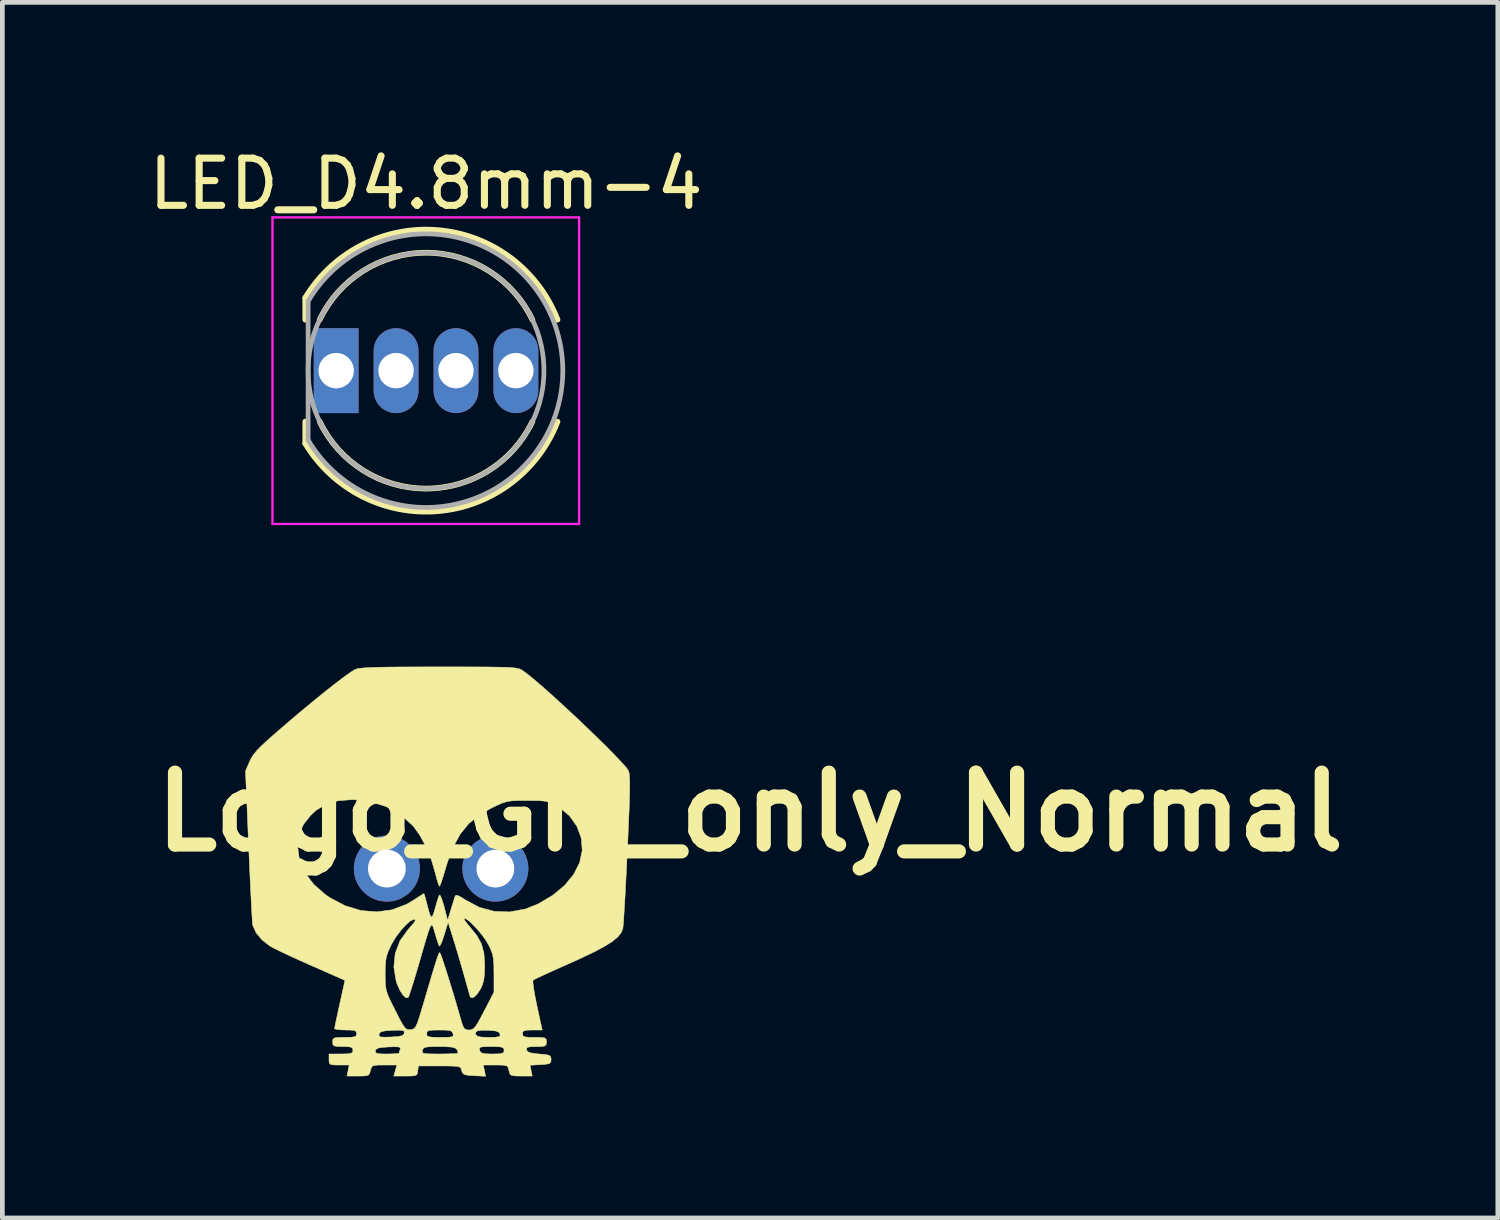
<source format=kicad_pcb>
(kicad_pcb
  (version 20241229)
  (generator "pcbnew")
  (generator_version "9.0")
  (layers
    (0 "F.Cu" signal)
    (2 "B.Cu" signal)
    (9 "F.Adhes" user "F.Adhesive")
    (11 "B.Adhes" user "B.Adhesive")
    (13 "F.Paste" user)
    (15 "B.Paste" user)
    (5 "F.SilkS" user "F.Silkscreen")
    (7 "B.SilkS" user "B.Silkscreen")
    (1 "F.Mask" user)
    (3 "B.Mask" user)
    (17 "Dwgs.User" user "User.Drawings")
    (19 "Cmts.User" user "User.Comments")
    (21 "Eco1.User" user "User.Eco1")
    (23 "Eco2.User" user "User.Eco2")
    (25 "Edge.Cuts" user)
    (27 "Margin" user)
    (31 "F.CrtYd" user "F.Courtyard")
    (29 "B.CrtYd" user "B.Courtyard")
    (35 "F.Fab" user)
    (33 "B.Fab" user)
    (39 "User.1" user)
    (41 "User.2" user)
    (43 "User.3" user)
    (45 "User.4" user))
  (footprint "Logo_GIT_only_Normal"
    (layer "F.Cu")
    (at 6.252 15.765)
    (property "Reference" "Logo_GIT_only_Normal" (at 6.6 -1.6 0) (layer "F.SilkS") (effects (font (size 1.524 1.524) (thickness 0.3))))
    (attr exclude_from_pos_files exclude_from_bom)
    (fp_poly (pts (xy 0.404 -4.677) (xy 0.737 -4.676) (xy 1.008 -4.675) (xy 1.222 -4.672) (xy 1.388 -4.669) (xy 1.513 -4.663) (xy 1.605 -4.655) (xy 1.67 -4.645) (xy 1.717 -4.632) (xy 1.752 -4.615) (xy 1.783 -4.596) (xy 1.789 -4.591) (xy 1.907 -4.502) (xy 2.064 -4.373) (xy 2.251 -4.211) (xy 2.46 -4.024) (xy 2.683 -3.819) (xy 2.913 -3.605) (xy 3.141 -3.389) (xy 3.359 -3.178) (xy 3.559 -2.981) (xy 3.733 -2.804) (xy 3.874 -2.655) (xy 3.973 -2.543) (xy 4.022 -2.474) (xy 4.023 -2.47) (xy 4.035 -2.425) (xy 4.043 -2.353) (xy 4.047 -2.247) (xy 4.048 -2.101) (xy 4.044 -1.907) (xy 4.036 -1.658) (xy 4.023 -1.349) (xy 4.007 -0.971) (xy 3.998 -0.788) (xy 3.982 -0.443) (xy 3.965 -0.119) (xy 3.95 0.174) (xy 3.935 0.427) (xy 3.923 0.632) (xy 3.912 0.78) (xy 3.904 0.861) (xy 3.903 0.871) (xy 3.865 0.962) (xy 3.791 1.053) (xy 3.674 1.149) (xy 3.506 1.253) (xy 3.282 1.372) (xy 2.995 1.508) (xy 2.799 1.597) (xy 2.571 1.698) (xy 2.366 1.79) (xy 2.197 1.868) (xy 2.074 1.926) (xy 2.007 1.96) (xy 1.999 1.965) (xy 1.996 2.011) (xy 2.008 2.118) (xy 2.034 2.272) (xy 2.071 2.458) (xy 2.081 2.507) (xy 2.193 3.022) (xy 1.984 3.022) (xy 1.862 3.025) (xy 1.8 3.041) (xy 1.777 3.075) (xy 1.776 3.1) (xy 1.784 3.142) (xy 1.819 3.166) (xy 1.899 3.176) (xy 2.03 3.178) (xy 2.166 3.18) (xy 2.242 3.189) (xy 2.276 3.214) (xy 2.284 3.26) (xy 2.284 3.276) (xy 2.278 3.331) (xy 2.249 3.36) (xy 2.177 3.372) (xy 2.066 3.373) (xy 1.941 3.377) (xy 1.878 3.39) (xy 1.859 3.42) (xy 1.861 3.442) (xy 1.885 3.481) (xy 1.949 3.507) (xy 2.07 3.525) (xy 2.128 3.53) (xy 2.264 3.542) (xy 2.34 3.559) (xy 2.373 3.588) (xy 2.381 3.637) (xy 2.381 3.647) (xy 2.375 3.702) (xy 2.345 3.733) (xy 2.271 3.748) (xy 2.158 3.756) (xy 1.935 3.768) (xy 1.958 3.883) (xy 1.981 3.998) (xy 1.746 3.998) (xy 1.616 3.996) (xy 1.544 3.984) (xy 1.509 3.953) (xy 1.491 3.893) (xy 1.488 3.881) (xy 1.473 3.819) (xy 1.444 3.784) (xy 1.384 3.768) (xy 1.272 3.764) (xy 1.205 3.764) (xy 0.945 3.764) (xy 0.969 3.883) (xy 0.993 4.002) (xy 0.751 3.991) (xy 0.617 3.981) (xy 0.541 3.964) (xy 0.503 3.932) (xy 0.486 3.881) (xy 0.474 3.839) (xy 0.451 3.811) (xy 0.404 3.795) (xy 0.318 3.787) (xy 0.18 3.784) (xy 0.015 3.784) (xy -0.432 3.784) (xy -0.445 3.891) (xy -0.455 3.949) (xy -0.483 3.981) (xy -0.547 3.995) (xy -0.665 3.998) (xy -0.706 3.998) (xy -0.954 3.998) (xy -0.921 3.881) (xy -0.887 3.764) (xy -1.155 3.764) (xy -1.296 3.765) (xy -1.378 3.775) (xy -1.42 3.799) (xy -1.44 3.847) (xy -1.448 3.881) (xy -1.466 3.946) (xy -1.498 3.981) (xy -1.565 3.995) (xy -1.686 3.998) (xy -1.71 3.998) (xy -1.946 3.998) (xy -1.923 3.881) (xy -1.899 3.764) (xy -2.113 3.764) (xy -2.236 3.762) (xy -2.3 3.749) (xy -2.324 3.714) (xy -2.327 3.648) (xy -2.327 3.53) (xy -2.073 3.53) (xy -1.936 3.527) (xy -1.859 3.516) (xy -1.826 3.492) (xy -1.821 3.461) (xy -1.343 3.461) (xy -1.341 3.498) (xy -1.305 3.519) (xy -1.22 3.528) (xy -1.099 3.53) (xy -0.969 3.527) (xy -0.877 3.521) (xy -0.842 3.513) (xy -0.836 3.487) (xy -0.351 3.487) (xy -0.334 3.51) (xy -0.281 3.523) (xy -0.18 3.528) (xy -0.016 3.53) (xy 0.021 3.53) (xy 0.184 3.528) (xy 0.313 3.524) (xy 0.392 3.518) (xy 0.408 3.513) (xy 0.397 3.449) (xy 0.389 3.44) (xy 0.863 3.44) (xy 0.866 3.451) (xy 0.887 3.494) (xy 0.935 3.518) (xy 1.028 3.528) (xy 1.135 3.53) (xy 1.271 3.527) (xy 1.347 3.516) (xy 1.379 3.49) (xy 1.385 3.451) (xy 1.377 3.41) (xy 1.344 3.387) (xy 1.267 3.376) (xy 1.131 3.373) (xy 1.115 3.373) (xy 0.974 3.375) (xy 0.895 3.383) (xy 0.863 3.404) (xy 0.863 3.44) (xy 0.389 3.44) (xy 0.356 3.407) (xy 0.271 3.384) (xy 0.129 3.374) (xy 0.018 3.373) (xy -0.148 3.375) (xy -0.252 3.382) (xy -0.31 3.398) (xy -0.337 3.427) (xy -0.346 3.451) (xy -0.351 3.487) (xy -0.836 3.487) (xy -0.83 3.467) (xy -0.818 3.433) (xy -0.814 3.4) (xy -0.845 3.382) (xy -0.925 3.377) (xy -1.062 3.381) (xy -1.209 3.391) (xy -1.294 3.408) (xy -1.334 3.437) (xy -1.343 3.461) (xy -1.821 3.461) (xy -1.819 3.451) (xy -1.829 3.406) (xy -1.869 3.383) (xy -1.959 3.374) (xy -2.034 3.373) (xy -2.157 3.371) (xy -2.221 3.357) (xy -2.246 3.324) (xy -2.249 3.276) (xy -2.245 3.223) (xy -2.22 3.194) (xy -2.156 3.181) (xy -2.037 3.178) (xy -1.995 3.178) (xy -1.858 3.175) (xy -1.781 3.165) (xy -1.748 3.14) (xy -1.743 3.111) (xy -1.265 3.111) (xy -1.265 3.148) (xy -1.234 3.168) (xy -1.158 3.174) (xy -1.02 3.17) (xy -1.012 3.17) (xy -0.866 3.16) (xy -0.782 3.143) (xy -0.742 3.114) (xy -0.737 3.1) (xy -0.256 3.1) (xy -0.249 3.14) (xy -0.217 3.163) (xy -0.144 3.174) (xy -0.014 3.178) (xy 0.033 3.178) (xy 0.181 3.176) (xy 0.265 3.169) (xy 0.302 3.151) (xy 0.306 3.118) (xy 0.302 3.1) (xy 0.291 3.077) (xy 0.778 3.077) (xy 0.784 3.118) (xy 0.819 3.153) (xy 0.9 3.172) (xy 1.042 3.178) (xy 1.06 3.178) (xy 1.197 3.175) (xy 1.271 3.164) (xy 1.3 3.141) (xy 1.299 3.109) (xy 1.273 3.067) (xy 1.202 3.042) (xy 1.077 3.029) (xy 0.912 3.026) (xy 0.815 3.041) (xy 0.778 3.077) (xy 0.291 3.077) (xy 0.282 3.058) (xy 0.237 3.034) (xy 0.149 3.024) (xy 0.013 3.022) (xy -0.13 3.024) (xy -0.211 3.034) (xy -0.247 3.056) (xy -0.256 3.096) (xy -0.256 3.1) (xy -0.737 3.1) (xy -0.732 3.088) (xy -0.733 3.051) (xy -0.764 3.032) (xy -0.84 3.025) (xy -0.977 3.029) (xy -0.985 3.029) (xy -1.131 3.039) (xy -1.216 3.056) (xy -1.256 3.085) (xy -1.265 3.111) (xy -1.743 3.111) (xy -1.741 3.1) (xy -1.75 3.056) (xy -1.787 3.032) (xy -1.872 3.023) (xy -1.976 3.022) (xy -2.099 3.017) (xy -2.184 3.006) (xy -2.209 2.992) (xy -2.201 2.945) (xy -2.179 2.837) (xy -2.146 2.683) (xy -2.106 2.499) (xy -2.099 2.466) (xy -1.989 1.969) (xy -2.301 1.831) (xy -1.136 1.831) (xy -1.134 1.983) (xy -1.127 2.098) (xy -1.108 2.197) (xy -1.07 2.302) (xy -1.009 2.435) (xy -0.923 2.606) (xy -0.833 2.783) (xy -0.768 2.901) (xy -0.719 2.972) (xy -0.677 3.006) (xy -0.634 3.016) (xy -0.597 3.014) (xy -0.553 3.006) (xy -0.517 2.987) (xy -0.486 2.945) (xy -0.452 2.869) (xy -0.41 2.746) (xy -0.356 2.566) (xy -0.317 2.435) (xy -0.225 2.123) (xy -0.152 1.877) (xy -0.096 1.691) (xy -0.054 1.557) (xy -0.024 1.467) (xy -0.002 1.412) (xy 0.012 1.386) (xy 0.021 1.38) (xy 0.04 1.416) (xy 0.076 1.516) (xy 0.127 1.669) (xy 0.189 1.864) (xy 0.259 2.091) (xy 0.334 2.337) (xy 0.409 2.593) (xy 0.467 2.797) (xy 0.506 2.923) (xy 0.541 2.99) (xy 0.586 3.017) (xy 0.643 3.022) (xy 0.694 3.016) (xy 0.739 2.991) (xy 0.787 2.936) (xy 0.847 2.838) (xy 0.929 2.685) (xy 0.962 2.621) (xy 1.17 2.22) (xy 1.17 1.83) (xy 1.168 1.642) (xy 1.158 1.509) (xy 1.137 1.404) (xy 1.099 1.304) (xy 1.054 1.211) (xy 0.988 1.102) (xy 0.898 0.982) (xy 0.796 0.862) (xy 0.695 0.759) (xy 0.608 0.684) (xy 0.549 0.652) (xy 0.534 0.655) (xy 0.547 0.692) (xy 0.601 0.767) (xy 0.655 0.83) (xy 0.809 1.021) (xy 0.906 1.199) (xy 0.957 1.392) (xy 0.974 1.629) (xy 0.974 1.654) (xy 0.969 1.84) (xy 0.952 1.975) (xy 0.919 2.082) (xy 0.888 2.147) (xy 0.814 2.261) (xy 0.744 2.327) (xy 0.688 2.339) (xy 0.663 2.308) (xy 0.647 2.251) (xy 0.615 2.138) (xy 0.572 1.988) (xy 0.545 1.888) (xy 0.484 1.675) (xy 0.412 1.43) (xy 0.342 1.196) (xy 0.32 1.126) (xy 0.198 0.736) (xy 0.115 1.008) (xy 0.073 1.134) (xy 0.036 1.218) (xy 0.012 1.244) (xy 0.01 1.242) (xy -0.012 1.187) (xy -0.047 1.081) (xy -0.08 0.97) (xy -0.104 0.886) (xy -0.124 0.826) (xy -0.142 0.797) (xy -0.163 0.805) (xy -0.19 0.855) (xy -0.226 0.955) (xy -0.274 1.111) (xy -0.338 1.33) (xy -0.42 1.615) (xy -0.485 1.835) (xy -0.544 2.03) (xy -0.594 2.186) (xy -0.63 2.291) (xy -0.648 2.332) (xy -0.696 2.338) (xy -0.757 2.283) (xy -0.823 2.182) (xy -0.882 2.049) (xy -0.904 1.981) (xy -0.952 1.685) (xy -0.924 1.399) (xy -0.821 1.129) (xy -0.647 0.887) (xy -0.55 0.778) (xy -0.502 0.715) (xy -0.498 0.684) (xy -0.53 0.677) (xy -0.601 0.708) (xy -0.697 0.791) (xy -0.804 0.91) (xy -0.908 1.049) (xy -0.995 1.192) (xy -1.008 1.218) (xy -1.071 1.352) (xy -1.109 1.464) (xy -1.128 1.581) (xy -1.135 1.732) (xy -1.136 1.831) (xy -2.301 1.831) (xy -2.715 1.649) (xy -2.946 1.546) (xy -3.161 1.448) (xy -3.347 1.36) (xy -3.489 1.291) (xy -3.576 1.245) (xy -3.581 1.241) (xy -3.748 1.11) (xy -3.873 0.959) (xy -3.941 0.807) (xy -3.946 0.783) (xy -3.952 0.717) (xy -3.961 0.582) (xy -3.971 0.388) (xy -3.984 0.142) (xy -3.998 -0.144) (xy -4.012 -0.463) (xy -4.027 -0.805) (xy -4.029 -0.858) (xy -2.991 -0.858) (xy -2.953 -0.581) (xy -2.84 -0.316) (xy -2.656 -0.071) (xy -2.406 0.15) (xy -2.311 0.215) (xy -1.983 0.388) (xy -1.648 0.489) (xy -1.315 0.517) (xy -0.99 0.473) (xy -0.681 0.356) (xy -0.529 0.266) (xy -0.422 0.195) (xy -0.344 0.146) (xy -0.315 0.13) (xy -0.301 0.165) (xy -0.275 0.257) (xy -0.241 0.387) (xy -0.236 0.408) (xy -0.197 0.551) (xy -0.166 0.621) (xy -0.137 0.616) (xy -0.104 0.536) (xy -0.061 0.384) (xy -0.027 0.267) (xy 0.003 0.182) (xy 0.015 0.159) (xy 0.037 0.179) (xy 0.069 0.259) (xy 0.107 0.383) (xy 0.115 0.413) (xy 0.189 0.696) (xy 0.26 0.462) (xy 0.3 0.33) (xy 0.333 0.226) (xy 0.349 0.178) (xy 0.385 0.164) (xy 0.467 0.201) (xy 0.568 0.266) (xy 0.862 0.422) (xy 1.177 0.506) (xy 1.505 0.518) (xy 1.836 0.456) (xy 2.103 0.351) (xy 2.415 0.167) (xy 2.669 -0.044) (xy 2.86 -0.277) (xy 2.986 -0.526) (xy 3.041 -0.784) (xy 3.023 -1.042) (xy 2.929 -1.296) (xy 2.771 -1.52) (xy 2.559 -1.697) (xy 2.517 -1.722) (xy 2.418 -1.776) (xy 2.334 -1.811) (xy 2.243 -1.831) (xy 2.125 -1.841) (xy 1.958 -1.843) (xy 1.87 -1.844) (xy 1.68 -1.843) (xy 1.543 -1.836) (xy 1.436 -1.819) (xy 1.335 -1.786) (xy 1.214 -1.732) (xy 1.102 -1.677) (xy 0.844 -1.527) (xy 0.631 -1.349) (xy 0.456 -1.133) (xy 0.311 -0.868) (xy 0.186 -0.542) (xy 0.128 -0.349) (xy 0.084 -0.203) (xy 0.047 -0.092) (xy 0.021 -0.032) (xy 0.015 -0.026) (xy -0.004 -0.062) (xy -0.034 -0.154) (xy -0.069 -0.287) (xy -0.076 -0.316) (xy -0.157 -0.589) (xy -0.268 -0.858) (xy -0.397 -1.1) (xy -0.533 -1.292) (xy -0.548 -1.309) (xy -0.81 -1.543) (xy -1.116 -1.716) (xy -1.455 -1.824) (xy -1.815 -1.863) (xy -1.824 -1.863) (xy -2.131 -1.84) (xy -2.385 -1.766) (xy -2.597 -1.639) (xy -2.717 -1.527) (xy -2.864 -1.343) (xy -2.951 -1.164) (xy -2.988 -0.965) (xy -2.991 -0.858) (xy -4.029 -0.858) (xy -4.031 -0.906) (xy -4.097 -2.469) (xy -4.009 -2.673) (xy -3.972 -2.749) (xy -3.922 -2.824) (xy -3.853 -2.907) (xy -3.754 -3.007) (xy -3.618 -3.133) (xy -3.435 -3.294) (xy -3.29 -3.419) (xy -2.992 -3.674) (xy -2.708 -3.91) (xy -2.448 -4.122) (xy -2.217 -4.305) (xy -2.023 -4.453) (xy -1.873 -4.56) (xy -1.779 -4.619) (xy -1.74 -4.633) (xy -1.681 -4.645) (xy -1.593 -4.655) (xy -1.471 -4.662) (xy -1.307 -4.668) (xy -1.094 -4.672) (xy -0.825 -4.675) (xy -0.494 -4.676) (xy -0.092 -4.677) (xy -0.001 -4.677) (xy 0.404 -4.677)) (stroke (width 0.01) (type solid)) (fill yes) (layer "F.SilkS"))
    (pad "" thru_hole circle (at -1.1 -0.4) (size 1.4 1.4) (drill 0.8) (layers "*.Cu" "F.Mask"))
    (pad "" thru_hole circle (at 1.2 -0.4) (size 1.4 1.4) (drill 0.8) (layers "*.Cu" "F.Mask")))
  (footprint "LED_D4.8mm-4"
    (layer "F.Cu")
    (at 4.077 4.808)
    (property "Reference" "LED_D4.8mm-4" (at 1.905 -3.96 0) (layer "F.SilkS") (effects (font (size 1 1) (thickness 0.15))))
    (attr through_hole)
    (fp_line (start -0.655 -1.545) (end -0.655 -1.08) (stroke (width 0.12) (type solid)) (layer "F.SilkS"))
    (fp_line (start -0.655 1.08) (end -0.655 1.545) (stroke (width 0.12) (type solid)) (layer "F.SilkS"))
    (fp_arc (start -0.655 -1.54483) (mid 2.163456 -2.978809) (end 4.692815 -1.080827) (stroke (width 0.12) (type solid)) (layer "F.SilkS"))
    (fp_arc (start -0.349684 -1.08) (mid 1.904762 -2.5) (end 4.159479 -1.080429) (stroke (width 0.12) (type solid)) (layer "F.SilkS"))
    (fp_arc (start 4.159479 1.080429) (mid 1.904762 2.5) (end -0.349684 1.08) (stroke (width 0.12) (type solid)) (layer "F.SilkS"))
    (fp_arc (start 4.692815 1.080827) (mid 2.163456 2.978808) (end -0.655 1.54483) (stroke (width 0.12) (type solid)) (layer "F.SilkS"))
    (fp_line (start -1.35 -3.25) (end -1.35 3.25) (stroke (width 0.05) (type solid)) (layer "F.CrtYd"))
    (fp_line (start -1.35 3.25) (end 5.15 3.25) (stroke (width 0.05) (type solid)) (layer "F.CrtYd"))
    (fp_line (start 5.15 -3.25) (end -1.35 -3.25) (stroke (width 0.05) (type solid)) (layer "F.CrtYd"))
    (fp_line (start 5.15 3.25) (end 5.15 -3.25) (stroke (width 0.05) (type solid)) (layer "F.CrtYd"))
    (fp_line (start -0.595 -1.47) (end -0.595 1.47) (stroke (width 0.1) (type solid)) (layer "F.Fab"))
    (fp_arc (start -0.595 -1.469694) (mid 4.805 0.000016) (end -0.595016 1.469666) (stroke (width 0.1) (type solid)) (layer "F.Fab"))
    (fp_circle (center 1.905 0) (end 4.405 0) (stroke (width 0.1) (type solid)) (fill no) (layer "F.Fab"))
    (pad "1" thru_hole rect (at 0 0) (size 0.95 1.8) (drill 0.75) (layers "*.Cu" "*.Mask"))
    (pad "2" thru_hole oval (at 1.27 0) (size 0.95 1.8) (drill 0.75) (layers "*.Cu" "*.Mask"))
    (pad "3" thru_hole oval (at 2.54 0) (size 0.95 1.8) (drill 0.75) (layers "*.Cu" "*.Mask"))
    (pad "4" thru_hole oval (at 3.81 0) (size 0.95 1.8) (drill 0.75) (layers "*.Cu" "*.Mask")))
  (gr_rect
    (start -3 -3)
    (end 28.705 22.772)
    (stroke (width 0.1) (type default))
    (fill no)
    (layer "Edge.Cuts")))
</source>
